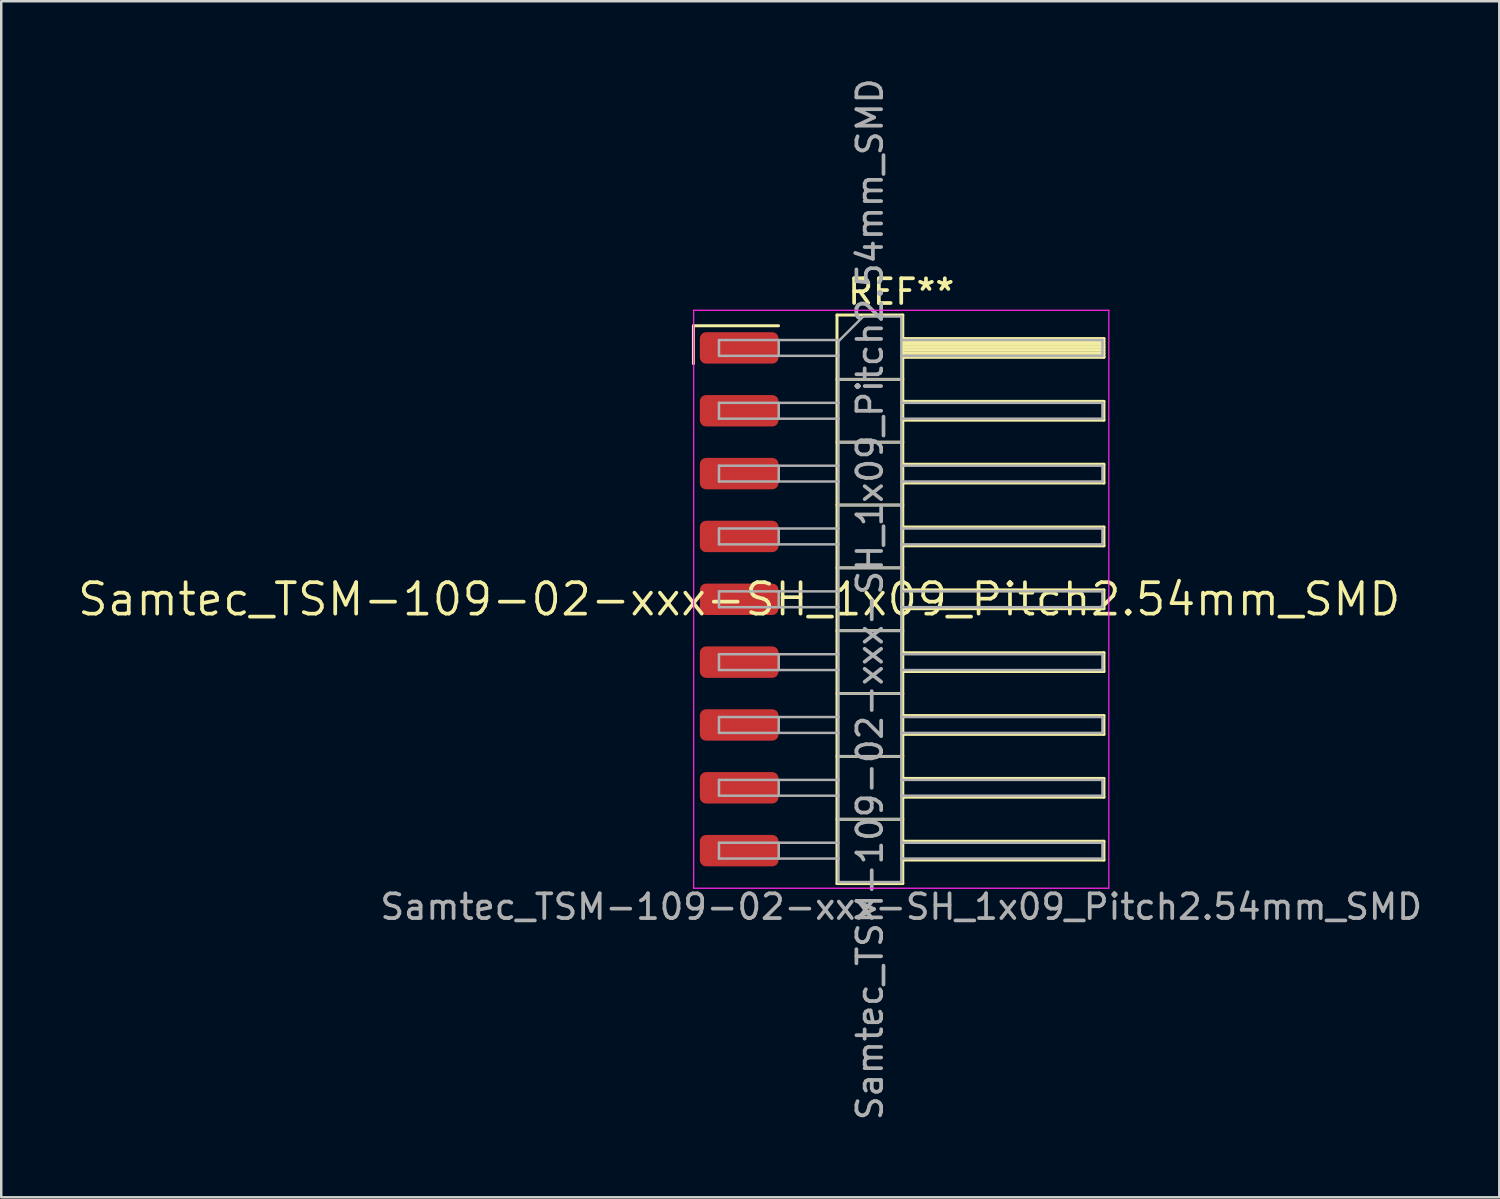
<source format=kicad_pcb>
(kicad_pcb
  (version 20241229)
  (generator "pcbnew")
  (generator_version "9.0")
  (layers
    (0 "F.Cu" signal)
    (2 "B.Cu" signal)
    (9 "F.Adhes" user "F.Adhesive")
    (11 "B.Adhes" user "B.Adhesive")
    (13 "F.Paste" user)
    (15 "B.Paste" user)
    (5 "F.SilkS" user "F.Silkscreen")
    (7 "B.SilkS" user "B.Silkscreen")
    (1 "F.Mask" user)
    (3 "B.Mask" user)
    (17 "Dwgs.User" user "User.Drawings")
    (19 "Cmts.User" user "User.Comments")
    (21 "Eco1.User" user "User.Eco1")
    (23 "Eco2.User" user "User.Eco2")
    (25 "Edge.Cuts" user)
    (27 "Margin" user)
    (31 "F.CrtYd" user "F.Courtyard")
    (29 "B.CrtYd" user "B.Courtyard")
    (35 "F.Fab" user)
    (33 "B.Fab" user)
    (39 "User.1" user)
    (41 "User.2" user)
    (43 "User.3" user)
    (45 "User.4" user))
  (footprint "Samtec_TSM-109-02-xxx-SH_1x09_Pitch2.54mm_SMD"
    (layer "F.Cu")
    (at 26.828 21.173)
    (property "Reference" "Samtec_TSM-109-02-xxx-SH_1x09_Pitch2.54mm_SMD" (at 0 0 0) (layer "F.SilkS") (effects (font (size 1.27 1.27) (thickness 0.15))))
    (attr smd)
    (fp_line (start -1.85 -11.055) (end 1.59 -11.055) (stroke (width 0.12) (type solid)) (layer "F.SilkS"))
    (fp_line (start -1.85 -9.525) (end -1.85 -11.055) (stroke (width 0.12) (type solid)) (layer "F.SilkS"))
    (fp_line (start 3.953 -11.49) (end 6.613 -11.49) (stroke (width 0.12) (type solid)) (layer "F.SilkS"))
    (fp_line (start 3.953 -8.89) (end 6.613 -8.89) (stroke (width 0.12) (type solid)) (layer "F.SilkS"))
    (fp_line (start 3.953 -6.35) (end 6.613 -6.35) (stroke (width 0.12) (type solid)) (layer "F.SilkS"))
    (fp_line (start 3.953 -3.81) (end 6.613 -3.81) (stroke (width 0.12) (type solid)) (layer "F.SilkS"))
    (fp_line (start 3.953 -1.27) (end 6.613 -1.27) (stroke (width 0.12) (type solid)) (layer "F.SilkS"))
    (fp_line (start 3.953 1.27) (end 6.613 1.27) (stroke (width 0.12) (type solid)) (layer "F.SilkS"))
    (fp_line (start 3.953 3.81) (end 6.613 3.81) (stroke (width 0.12) (type solid)) (layer "F.SilkS"))
    (fp_line (start 3.953 6.35) (end 6.613 6.35) (stroke (width 0.12) (type solid)) (layer "F.SilkS"))
    (fp_line (start 3.953 8.89) (end 6.613 8.89) (stroke (width 0.12) (type solid)) (layer "F.SilkS"))
    (fp_line (start 3.953 11.49) (end 3.953 -11.49) (stroke (width 0.12) (type solid)) (layer "F.SilkS"))
    (fp_line (start 6.613 -11.49) (end 6.613 11.49) (stroke (width 0.12) (type solid)) (layer "F.SilkS"))
    (fp_line (start 6.613 -10.54) (end 14.743 -10.54) (stroke (width 0.12) (type solid)) (layer "F.SilkS"))
    (fp_line (start 6.613 -10.42) (end 14.743 -10.42) (stroke (width 0.12) (type solid)) (layer "F.SilkS"))
    (fp_line (start 6.613 -10.3) (end 14.743 -10.3) (stroke (width 0.12) (type solid)) (layer "F.SilkS"))
    (fp_line (start 6.613 -10.18) (end 14.743 -10.18) (stroke (width 0.12) (type solid)) (layer "F.SilkS"))
    (fp_line (start 6.613 -10.06) (end 14.743 -10.06) (stroke (width 0.12) (type solid)) (layer "F.SilkS"))
    (fp_line (start 6.613 -9.94) (end 14.743 -9.94) (stroke (width 0.12) (type solid)) (layer "F.SilkS"))
    (fp_line (start 6.613 -9.82) (end 14.743 -9.82) (stroke (width 0.12) (type solid)) (layer "F.SilkS"))
    (fp_line (start 6.613 -9.78) (end 14.743 -9.78) (stroke (width 0.12) (type solid)) (layer "F.SilkS"))
    (fp_line (start 6.613 -8) (end 14.743 -8) (stroke (width 0.12) (type solid)) (layer "F.SilkS"))
    (fp_line (start 6.613 -7.24) (end 14.743 -7.24) (stroke (width 0.12) (type solid)) (layer "F.SilkS"))
    (fp_line (start 6.613 -5.46) (end 14.743 -5.46) (stroke (width 0.12) (type solid)) (layer "F.SilkS"))
    (fp_line (start 6.613 -4.7) (end 14.743 -4.7) (stroke (width 0.12) (type solid)) (layer "F.SilkS"))
    (fp_line (start 6.613 -2.92) (end 14.743 -2.92) (stroke (width 0.12) (type solid)) (layer "F.SilkS"))
    (fp_line (start 6.613 -2.16) (end 14.743 -2.16) (stroke (width 0.12) (type solid)) (layer "F.SilkS"))
    (fp_line (start 6.613 -0.38) (end 14.743 -0.38) (stroke (width 0.12) (type solid)) (layer "F.SilkS"))
    (fp_line (start 6.613 0.38) (end 14.743 0.38) (stroke (width 0.12) (type solid)) (layer "F.SilkS"))
    (fp_line (start 6.613 2.16) (end 14.743 2.16) (stroke (width 0.12) (type solid)) (layer "F.SilkS"))
    (fp_line (start 6.613 2.92) (end 14.743 2.92) (stroke (width 0.12) (type solid)) (layer "F.SilkS"))
    (fp_line (start 6.613 4.7) (end 14.743 4.7) (stroke (width 0.12) (type solid)) (layer "F.SilkS"))
    (fp_line (start 6.613 5.46) (end 14.743 5.46) (stroke (width 0.12) (type solid)) (layer "F.SilkS"))
    (fp_line (start 6.613 7.24) (end 14.743 7.24) (stroke (width 0.12) (type solid)) (layer "F.SilkS"))
    (fp_line (start 6.613 8) (end 14.743 8) (stroke (width 0.12) (type solid)) (layer "F.SilkS"))
    (fp_line (start 6.613 9.78) (end 14.743 9.78) (stroke (width 0.12) (type solid)) (layer "F.SilkS"))
    (fp_line (start 6.613 10.54) (end 14.743 10.54) (stroke (width 0.12) (type solid)) (layer "F.SilkS"))
    (fp_line (start 6.613 11.49) (end 3.953 11.49) (stroke (width 0.12) (type solid)) (layer "F.SilkS"))
    (fp_line (start 14.743 -10.54) (end 14.743 -9.78) (stroke (width 0.12) (type solid)) (layer "F.SilkS"))
    (fp_line (start 14.743 -8) (end 14.743 -7.24) (stroke (width 0.12) (type solid)) (layer "F.SilkS"))
    (fp_line (start 14.743 -5.46) (end 14.743 -4.7) (stroke (width 0.12) (type solid)) (layer "F.SilkS"))
    (fp_line (start 14.743 -2.92) (end 14.743 -2.16) (stroke (width 0.12) (type solid)) (layer "F.SilkS"))
    (fp_line (start 14.743 -0.38) (end 14.743 0.38) (stroke (width 0.12) (type solid)) (layer "F.SilkS"))
    (fp_line (start 14.743 2.16) (end 14.743 2.92) (stroke (width 0.12) (type solid)) (layer "F.SilkS"))
    (fp_line (start 14.743 4.7) (end 14.743 5.46) (stroke (width 0.12) (type solid)) (layer "F.SilkS"))
    (fp_line (start 14.743 7.24) (end 14.743 8) (stroke (width 0.12) (type solid)) (layer "F.SilkS"))
    (fp_line (start 14.743 9.78) (end 14.743 10.54) (stroke (width 0.12) (type solid)) (layer "F.SilkS"))
    (fp_line (start -1.84 -11.68) (end 14.94 -11.68) (stroke (width 0.05) (type solid)) (layer "F.CrtYd"))
    (fp_line (start -1.84 11.68) (end -1.84 -11.68) (stroke (width 0.05) (type solid)) (layer "F.CrtYd"))
    (fp_line (start 14.94 -11.68) (end 14.94 11.68) (stroke (width 0.05) (type solid)) (layer "F.CrtYd"))
    (fp_line (start 14.94 11.68) (end -1.84 11.68) (stroke (width 0.05) (type solid)) (layer "F.CrtYd"))
    (fp_line (start -0.817 -10.48) (end -0.817 -9.84) (stroke (width 0.1) (type solid)) (layer "F.Fab"))
    (fp_line (start -0.817 -10.48) (end 4.013 -10.48) (stroke (width 0.1) (type solid)) (layer "F.Fab"))
    (fp_line (start -0.817 -9.84) (end 4.013 -9.84) (stroke (width 0.1) (type solid)) (layer "F.Fab"))
    (fp_line (start -0.817 -7.94) (end -0.817 -7.3) (stroke (width 0.1) (type solid)) (layer "F.Fab"))
    (fp_line (start -0.817 -7.94) (end 4.013 -7.94) (stroke (width 0.1) (type solid)) (layer "F.Fab"))
    (fp_line (start -0.817 -7.3) (end 4.013 -7.3) (stroke (width 0.1) (type solid)) (layer "F.Fab"))
    (fp_line (start -0.817 -5.4) (end -0.817 -4.76) (stroke (width 0.1) (type solid)) (layer "F.Fab"))
    (fp_line (start -0.817 -5.4) (end 4.013 -5.4) (stroke (width 0.1) (type solid)) (layer "F.Fab"))
    (fp_line (start -0.817 -4.76) (end 4.013 -4.76) (stroke (width 0.1) (type solid)) (layer "F.Fab"))
    (fp_line (start -0.817 -2.86) (end -0.817 -2.22) (stroke (width 0.1) (type solid)) (layer "F.Fab"))
    (fp_line (start -0.817 -2.86) (end 4.013 -2.86) (stroke (width 0.1) (type solid)) (layer "F.Fab"))
    (fp_line (start -0.817 -2.22) (end 4.013 -2.22) (stroke (width 0.1) (type solid)) (layer "F.Fab"))
    (fp_line (start -0.817 -0.32) (end -0.817 0.32) (stroke (width 0.1) (type solid)) (layer "F.Fab"))
    (fp_line (start -0.817 -0.32) (end 4.013 -0.32) (stroke (width 0.1) (type solid)) (layer "F.Fab"))
    (fp_line (start -0.817 0.32) (end 4.013 0.32) (stroke (width 0.1) (type solid)) (layer "F.Fab"))
    (fp_line (start -0.817 2.22) (end -0.817 2.86) (stroke (width 0.1) (type solid)) (layer "F.Fab"))
    (fp_line (start -0.817 2.22) (end 4.013 2.22) (stroke (width 0.1) (type solid)) (layer "F.Fab"))
    (fp_line (start -0.817 2.86) (end 4.013 2.86) (stroke (width 0.1) (type solid)) (layer "F.Fab"))
    (fp_line (start -0.817 4.76) (end -0.817 5.4) (stroke (width 0.1) (type solid)) (layer "F.Fab"))
    (fp_line (start -0.817 4.76) (end 4.013 4.76) (stroke (width 0.1) (type solid)) (layer "F.Fab"))
    (fp_line (start -0.817 5.4) (end 4.013 5.4) (stroke (width 0.1) (type solid)) (layer "F.Fab"))
    (fp_line (start -0.817 7.3) (end -0.817 7.94) (stroke (width 0.1) (type solid)) (layer "F.Fab"))
    (fp_line (start -0.817 7.3) (end 4.013 7.3) (stroke (width 0.1) (type solid)) (layer "F.Fab"))
    (fp_line (start -0.817 7.94) (end 4.013 7.94) (stroke (width 0.1) (type solid)) (layer "F.Fab"))
    (fp_line (start -0.817 9.84) (end -0.817 10.48) (stroke (width 0.1) (type solid)) (layer "F.Fab"))
    (fp_line (start -0.817 9.84) (end 4.013 9.84) (stroke (width 0.1) (type solid)) (layer "F.Fab"))
    (fp_line (start -0.817 10.48) (end 4.013 10.48) (stroke (width 0.1) (type solid)) (layer "F.Fab"))
    (fp_line (start 1.598 -10.48) (end 1.598 -9.84) (stroke (width 0.1) (type solid)) (layer "F.Fab"))
    (fp_line (start 1.598 -7.94) (end 1.598 -7.3) (stroke (width 0.1) (type solid)) (layer "F.Fab"))
    (fp_line (start 1.598 -5.4) (end 1.598 -4.76) (stroke (width 0.1) (type solid)) (layer "F.Fab"))
    (fp_line (start 1.598 -2.86) (end 1.598 -2.22) (stroke (width 0.1) (type solid)) (layer "F.Fab"))
    (fp_line (start 1.598 -0.32) (end 1.598 0.32) (stroke (width 0.1) (type solid)) (layer "F.Fab"))
    (fp_line (start 1.598 2.22) (end 1.598 2.86) (stroke (width 0.1) (type solid)) (layer "F.Fab"))
    (fp_line (start 1.598 4.76) (end 1.598 5.4) (stroke (width 0.1) (type solid)) (layer "F.Fab"))
    (fp_line (start 1.598 7.3) (end 1.598 7.94) (stroke (width 0.1) (type solid)) (layer "F.Fab"))
    (fp_line (start 1.598 9.84) (end 1.598 10.48) (stroke (width 0.1) (type solid)) (layer "F.Fab"))
    (fp_line (start 4.013 -10.43) (end 5.013 -11.43) (stroke (width 0.1) (type solid)) (layer "F.Fab"))
    (fp_line (start 4.013 -8.89) (end 6.553 -8.89) (stroke (width 0.1) (type solid)) (layer "F.Fab"))
    (fp_line (start 4.013 -6.35) (end 6.553 -6.35) (stroke (width 0.1) (type solid)) (layer "F.Fab"))
    (fp_line (start 4.013 -3.81) (end 6.553 -3.81) (stroke (width 0.1) (type solid)) (layer "F.Fab"))
    (fp_line (start 4.013 -1.27) (end 6.553 -1.27) (stroke (width 0.1) (type solid)) (layer "F.Fab"))
    (fp_line (start 4.013 1.27) (end 6.553 1.27) (stroke (width 0.1) (type solid)) (layer "F.Fab"))
    (fp_line (start 4.013 3.81) (end 6.553 3.81) (stroke (width 0.1) (type solid)) (layer "F.Fab"))
    (fp_line (start 4.013 6.35) (end 6.553 6.35) (stroke (width 0.1) (type solid)) (layer "F.Fab"))
    (fp_line (start 4.013 8.89) (end 6.553 8.89) (stroke (width 0.1) (type solid)) (layer "F.Fab"))
    (fp_line (start 4.013 11.43) (end 4.013 -10.43) (stroke (width 0.1) (type solid)) (layer "F.Fab"))
    (fp_line (start 5.013 -11.43) (end 6.553 -11.43) (stroke (width 0.1) (type solid)) (layer "F.Fab"))
    (fp_line (start 6.553 -11.43) (end 6.553 11.43) (stroke (width 0.1) (type solid)) (layer "F.Fab"))
    (fp_line (start 6.553 -10.48) (end 14.683 -10.48) (stroke (width 0.1) (type solid)) (layer "F.Fab"))
    (fp_line (start 6.553 -9.84) (end 14.683 -9.84) (stroke (width 0.1) (type solid)) (layer "F.Fab"))
    (fp_line (start 6.553 -7.94) (end 14.683 -7.94) (stroke (width 0.1) (type solid)) (layer "F.Fab"))
    (fp_line (start 6.553 -7.3) (end 14.683 -7.3) (stroke (width 0.1) (type solid)) (layer "F.Fab"))
    (fp_line (start 6.553 -5.4) (end 14.683 -5.4) (stroke (width 0.1) (type solid)) (layer "F.Fab"))
    (fp_line (start 6.553 -4.76) (end 14.683 -4.76) (stroke (width 0.1) (type solid)) (layer "F.Fab"))
    (fp_line (start 6.553 -2.86) (end 14.683 -2.86) (stroke (width 0.1) (type solid)) (layer "F.Fab"))
    (fp_line (start 6.553 -2.22) (end 14.683 -2.22) (stroke (width 0.1) (type solid)) (layer "F.Fab"))
    (fp_line (start 6.553 -0.32) (end 14.683 -0.32) (stroke (width 0.1) (type solid)) (layer "F.Fab"))
    (fp_line (start 6.553 0.32) (end 14.683 0.32) (stroke (width 0.1) (type solid)) (layer "F.Fab"))
    (fp_line (start 6.553 2.22) (end 14.683 2.22) (stroke (width 0.1) (type solid)) (layer "F.Fab"))
    (fp_line (start 6.553 2.86) (end 14.683 2.86) (stroke (width 0.1) (type solid)) (layer "F.Fab"))
    (fp_line (start 6.553 4.76) (end 14.683 4.76) (stroke (width 0.1) (type solid)) (layer "F.Fab"))
    (fp_line (start 6.553 5.4) (end 14.683 5.4) (stroke (width 0.1) (type solid)) (layer "F.Fab"))
    (fp_line (start 6.553 7.3) (end 14.683 7.3) (stroke (width 0.1) (type solid)) (layer "F.Fab"))
    (fp_line (start 6.553 7.94) (end 14.683 7.94) (stroke (width 0.1) (type solid)) (layer "F.Fab"))
    (fp_line (start 6.553 9.84) (end 14.683 9.84) (stroke (width 0.1) (type solid)) (layer "F.Fab"))
    (fp_line (start 6.553 10.48) (end 14.683 10.48) (stroke (width 0.1) (type solid)) (layer "F.Fab"))
    (fp_line (start 6.553 11.43) (end 4.013 11.43) (stroke (width 0.1) (type solid)) (layer "F.Fab"))
    (fp_line (start 14.683 -10.48) (end 14.683 -9.84) (stroke (width 0.1) (type solid)) (layer "F.Fab"))
    (fp_line (start 14.683 -7.94) (end 14.683 -7.3) (stroke (width 0.1) (type solid)) (layer "F.Fab"))
    (fp_line (start 14.683 -5.4) (end 14.683 -4.76) (stroke (width 0.1) (type solid)) (layer "F.Fab"))
    (fp_line (start 14.683 -2.86) (end 14.683 -2.22) (stroke (width 0.1) (type solid)) (layer "F.Fab"))
    (fp_line (start 14.683 -0.32) (end 14.683 0.32) (stroke (width 0.1) (type solid)) (layer "F.Fab"))
    (fp_line (start 14.683 2.22) (end 14.683 2.86) (stroke (width 0.1) (type solid)) (layer "F.Fab"))
    (fp_line (start 14.683 4.76) (end 14.683 5.4) (stroke (width 0.1) (type solid)) (layer "F.Fab"))
    (fp_line (start 14.683 7.3) (end 14.683 7.94) (stroke (width 0.1) (type solid)) (layer "F.Fab"))
    (fp_line (start 14.683 9.84) (end 14.683 10.48) (stroke (width 0.1) (type solid)) (layer "F.Fab"))
    (fp_text user "REF**" (at 6.55 -12.43 0) (layer "F.SilkS") (effects (font (size 1 1) (thickness 0.15))))
    (fp_text user "Samtec_TSM-109-02-xxx-SH_1x09_Pitch2.54mm_SMD" (at 6.55 12.43 0) (layer "F.Fab") (effects (font (size 1 1) (thickness 0.15))))
    (fp_text user "${REFERENCE}" (at 5.283 0 90) (layer "F.Fab") (effects (font (size 1 1) (thickness 0.15))))
    (pad "1" smd roundrect (at 0 -10.16) (size 3.18 1.27) (layers "F.Cu" "F.Mask" "F.Paste") (roundrect_rratio 0.197))
    (pad "2" smd roundrect (at 0 -7.62) (size 3.18 1.27) (layers "F.Cu" "F.Mask" "F.Paste") (roundrect_rratio 0.197))
    (pad "3" smd roundrect (at 0 -5.08) (size 3.18 1.27) (layers "F.Cu" "F.Mask" "F.Paste") (roundrect_rratio 0.197))
    (pad "4" smd roundrect (at 0 -2.54) (size 3.18 1.27) (layers "F.Cu" "F.Mask" "F.Paste") (roundrect_rratio 0.197))
    (pad "5" smd roundrect (at 0 0) (size 3.18 1.27) (layers "F.Cu" "F.Mask" "F.Paste") (roundrect_rratio 0.197))
    (pad "6" smd roundrect (at 0 2.54) (size 3.18 1.27) (layers "F.Cu" "F.Mask" "F.Paste") (roundrect_rratio 0.197))
    (pad "7" smd roundrect (at 0 5.08) (size 3.18 1.27) (layers "F.Cu" "F.Mask" "F.Paste") (roundrect_rratio 0.197))
    (pad "8" smd roundrect (at 0 7.62) (size 3.18 1.27) (layers "F.Cu" "F.Mask" "F.Paste") (roundrect_rratio 0.197))
    (pad "9" smd roundrect (at 0 10.16) (size 3.18 1.27) (layers "F.Cu" "F.Mask" "F.Paste") (roundrect_rratio 0.197)))
  (gr_rect
    (start -3 -3)
    (end 57.551 45.345)
    (stroke (width 0.1) (type default))
    (fill no)
    (layer "Edge.Cuts")))
</source>
